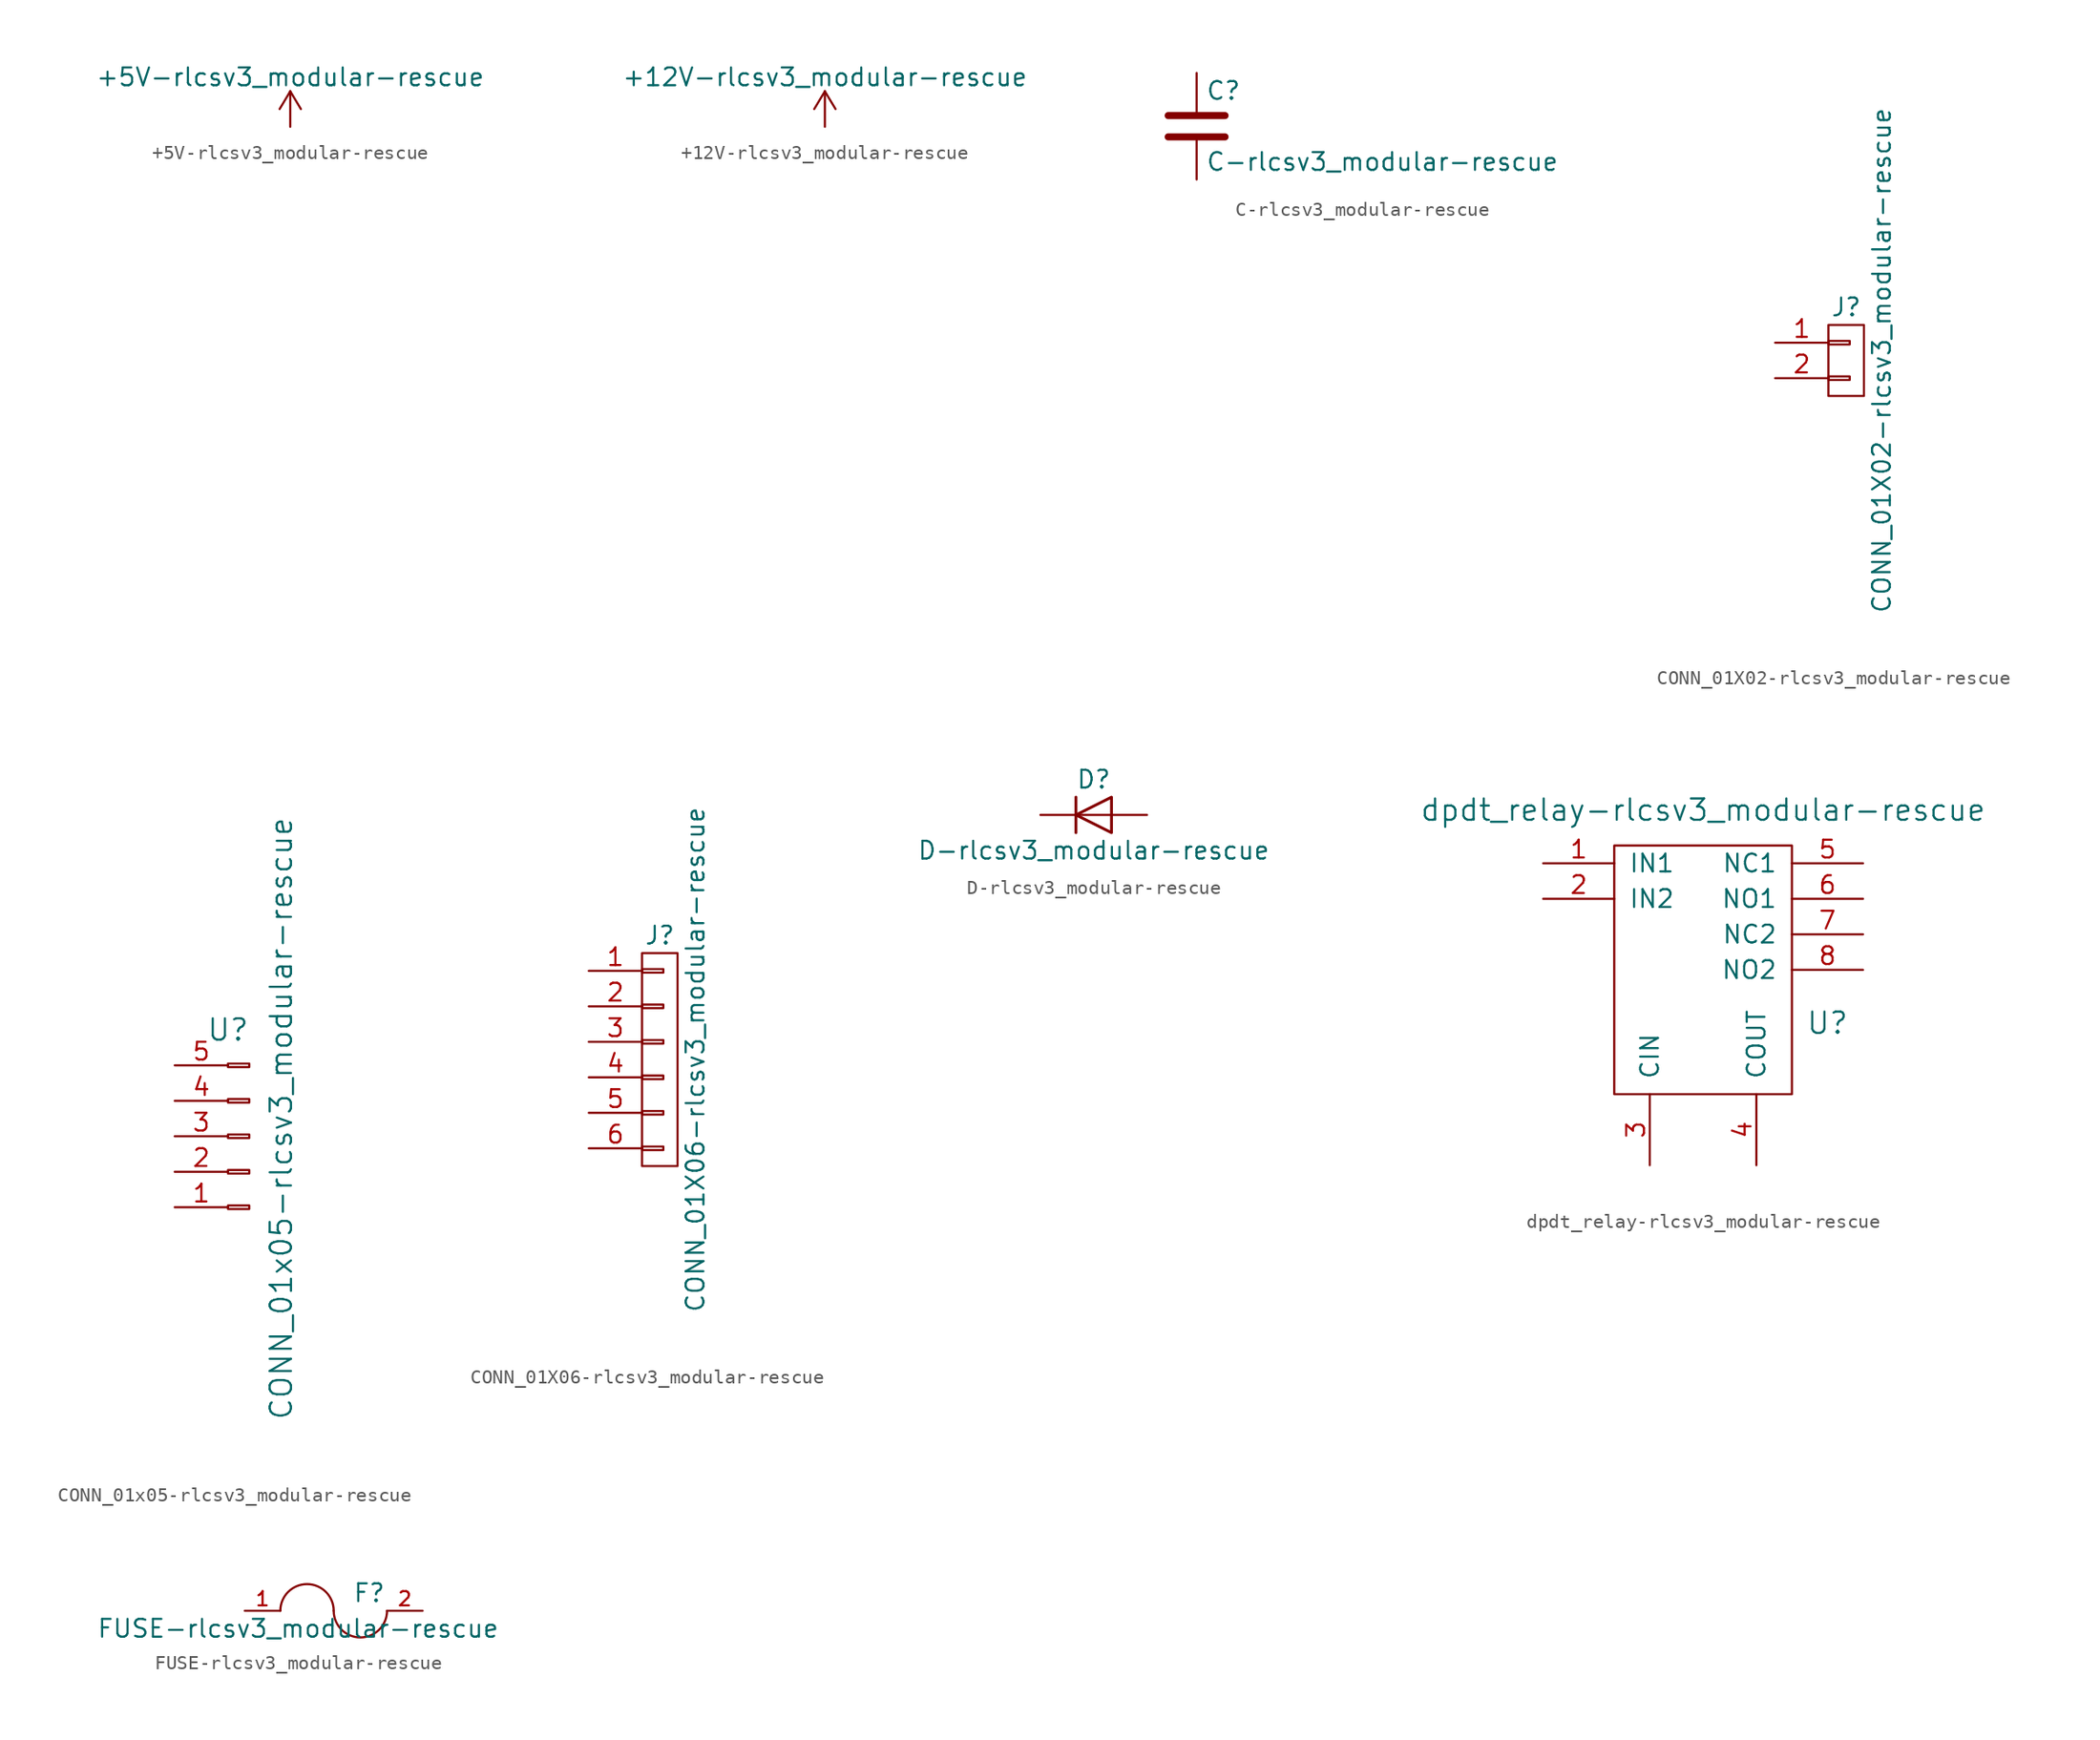
<source format=kicad_sym>
(kicad_symbol_lib
  (version 20211014)
  (generator kicad_symbol_editor)
  (symbol "+5V-rlcsv3_modular-rescue"
    (power)
    (pin_names
      (offset 0))
    (property "Reference" "#PWR"
      (at 0 -3.81 0)
      (effects (font (size 1.27 1.27)) hide))
    (property "Value" "+5V-rlcsv3_modular-rescue"
      (at 0 3.556 0)
      (effects (font (size 1.27 1.27))))
    (symbol "+5V-rlcsv3_modular-rescue_0_1"
      (polyline (pts (xy -0.762 1.27) (xy 0 2.54)) (stroke (width 0) (type default) (color 0 0 0 0)) (fill (type none)))
      (polyline (pts (xy 0 0) (xy 0 2.54)) (stroke (width 0) (type default) (color 0 0 0 0)) (fill (type none)))
      (polyline (pts (xy 0 2.54) (xy 0.762 1.27)) (stroke (width 0) (type default) (color 0 0 0 0)) (fill (type none))))
    (symbol "+5V-rlcsv3_modular-rescue_1_1"
      (pin power_in line (at 0 0 90) (length 0) hide (name "+5V" (effects (font (size 1.27 1.27)))) (number "1" (effects (font (size 1.27 1.27)))))))
  (symbol "+12V-rlcsv3_modular-rescue"
    (power)
    (pin_names
      (offset 0))
    (property "Reference" "#PWR"
      (at 0 -3.81 0)
      (effects (font (size 1.27 1.27)) hide))
    (property "Value" "+12V-rlcsv3_modular-rescue"
      (at 0 3.556 0)
      (effects (font (size 1.27 1.27))))
    (symbol "+12V-rlcsv3_modular-rescue_0_1"
      (polyline (pts (xy -0.762 1.27) (xy 0 2.54)) (stroke (width 0) (type default) (color 0 0 0 0)) (fill (type none)))
      (polyline (pts (xy 0 0) (xy 0 2.54)) (stroke (width 0) (type default) (color 0 0 0 0)) (fill (type none)))
      (polyline (pts (xy 0 2.54) (xy 0.762 1.27)) (stroke (width 0) (type default) (color 0 0 0 0)) (fill (type none))))
    (symbol "+12V-rlcsv3_modular-rescue_1_1"
      (pin power_in line (at 0 0 90) (length 0) hide (name "+12V" (effects (font (size 1.27 1.27)))) (number "1" (effects (font (size 1.27 1.27)))))))
  (symbol "C-rlcsv3_modular-rescue"
    (pin_numbers hide)
    (pin_names
      (offset 0.254))
    (property "Reference" "C"
      (at 0.635 2.54 0)
      (effects (font (size 1.27 1.27)) (justify left)))
    (property "Value" "C-rlcsv3_modular-rescue"
      (at 0.635 -2.54 0)
      (effects (font (size 1.27 1.27)) (justify left)))
    (symbol "C-rlcsv3_modular-rescue_0_1"
      (polyline (pts (xy -2.032 -0.762) (xy 2.032 -0.762)) (stroke (width 0.508) (type default) (color 0 0 0 0)) (fill (type none)))
      (polyline (pts (xy -2.032 0.762) (xy 2.032 0.762)) (stroke (width 0.508) (type default) (color 0 0 0 0)) (fill (type none))))
    (symbol "C-rlcsv3_modular-rescue_1_1"
      (pin passive line (at 0 3.81 270) (length 2.794) (name "~" (effects (font (size 1.27 1.27)))) (number "1" (effects (font (size 1.27 1.27)))))
      (pin passive line (at 0 -3.81 90) (length 2.794) (name "~" (effects (font (size 1.27 1.27)))) (number "2" (effects (font (size 1.27 1.27)))))))
  (symbol "CONN_01X02-rlcsv3_modular-rescue"
    (pin_names
      (offset 1.016) hide)
    (property "Reference" "J"
      (at 0 3.81 0)
      (effects (font (size 1.27 1.27))))
    (property "Value" "CONN_01X02-rlcsv3_modular-rescue"
      (at 2.54 0 90)
      (effects (font (size 1.27 1.27))))
    (symbol "CONN_01X02-rlcsv3_modular-rescue_0_1"
      (rectangle (start -1.27 -1.143) (end 0.254 -1.397) (stroke (width 0) (type default) (color 0 0 0 0)) (fill (type none)))
      (rectangle (start -1.27 1.397) (end 0.254 1.143) (stroke (width 0) (type default) (color 0 0 0 0)) (fill (type none)))
      (rectangle (start -1.27 2.54) (end 1.27 -2.54) (stroke (width 0) (type default) (color 0 0 0 0)) (fill (type none))))
    (symbol "CONN_01X02-rlcsv3_modular-rescue_1_1"
      (pin passive line (at -5.08 1.27 0) (length 3.81) (name "P1" (effects (font (size 1.27 1.27)))) (number "1" (effects (font (size 1.27 1.27)))))
      (pin passive line (at -5.08 -1.27 0) (length 3.81) (name "P2" (effects (font (size 1.27 1.27)))) (number "2" (effects (font (size 1.27 1.27)))))))
  (symbol "CONN_01x05-rlcsv3_modular-rescue"
    (pin_names
      (offset 1.016))
    (property "Reference" "U"
      (at 0 2.54 0)
      (effects (font (size 1.524 1.524))))
    (property "Value" "CONN_01x05-rlcsv3_modular-rescue"
      (at 3.81 -3.81 90)
      (effects (font (size 1.524 1.524))))
    (symbol "CONN_01x05-rlcsv3_modular-rescue_1_1"
      (rectangle (start 0 -10.033) (end 1.524 -10.287) (stroke (width 0) (type default) (color 0 0 0 0)) (fill (type none)))
      (rectangle (start 0 -7.493) (end 1.524 -7.747) (stroke (width 0) (type default) (color 0 0 0 0)) (fill (type none)))
      (rectangle (start 0 -4.953) (end 1.524 -5.207) (stroke (width 0) (type default) (color 0 0 0 0)) (fill (type none)))
      (rectangle (start 0 -2.413) (end 1.524 -2.667) (stroke (width 0) (type default) (color 0 0 0 0)) (fill (type none)))
      (rectangle (start 0 0.127) (end 1.524 -0.127) (stroke (width 0) (type default) (color 0 0 0 0)) (fill (type none)))
      (pin passive line (at -3.81 -10.16 0) (length 3.81) (name "~" (effects (font (size 1.27 1.27)))) (number "1" (effects (font (size 1.27 1.27)))))
      (pin passive line (at -3.81 -7.62 0) (length 3.81) (name "~" (effects (font (size 1.27 1.27)))) (number "2" (effects (font (size 1.27 1.27)))))
      (pin passive line (at -3.81 -5.08 0) (length 3.81) (name "~" (effects (font (size 1.27 1.27)))) (number "3" (effects (font (size 1.27 1.27)))))
      (pin passive line (at -3.81 -2.54 0) (length 3.81) (name "~" (effects (font (size 1.27 1.27)))) (number "4" (effects (font (size 1.27 1.27)))))
      (pin passive line (at -3.81 0 0) (length 3.81) (name "~" (effects (font (size 1.27 1.27)))) (number "5" (effects (font (size 1.27 1.27)))))))
  (symbol "CONN_01X06-rlcsv3_modular-rescue"
    (pin_names
      (offset 1.016) hide)
    (property "Reference" "J"
      (at 0 8.89 0)
      (effects (font (size 1.27 1.27))))
    (property "Value" "CONN_01X06-rlcsv3_modular-rescue"
      (at 2.54 0 90)
      (effects (font (size 1.27 1.27))))
    (symbol "CONN_01X06-rlcsv3_modular-rescue_0_1"
      (rectangle (start -1.27 -6.223) (end 0.254 -6.477) (stroke (width 0) (type default) (color 0 0 0 0)) (fill (type none)))
      (rectangle (start -1.27 -3.683) (end 0.254 -3.937) (stroke (width 0) (type default) (color 0 0 0 0)) (fill (type none)))
      (rectangle (start -1.27 -1.143) (end 0.254 -1.397) (stroke (width 0) (type default) (color 0 0 0 0)) (fill (type none)))
      (rectangle (start -1.27 1.397) (end 0.254 1.143) (stroke (width 0) (type default) (color 0 0 0 0)) (fill (type none)))
      (rectangle (start -1.27 3.937) (end 0.254 3.683) (stroke (width 0) (type default) (color 0 0 0 0)) (fill (type none)))
      (rectangle (start -1.27 6.477) (end 0.254 6.223) (stroke (width 0) (type default) (color 0 0 0 0)) (fill (type none)))
      (rectangle (start -1.27 7.62) (end 1.27 -7.62) (stroke (width 0) (type default) (color 0 0 0 0)) (fill (type none))))
    (symbol "CONN_01X06-rlcsv3_modular-rescue_1_1"
      (pin passive line (at -5.08 6.35 0) (length 3.81) (name "P1" (effects (font (size 1.27 1.27)))) (number "1" (effects (font (size 1.27 1.27)))))
      (pin passive line (at -5.08 3.81 0) (length 3.81) (name "P2" (effects (font (size 1.27 1.27)))) (number "2" (effects (font (size 1.27 1.27)))))
      (pin passive line (at -5.08 1.27 0) (length 3.81) (name "P3" (effects (font (size 1.27 1.27)))) (number "3" (effects (font (size 1.27 1.27)))))
      (pin passive line (at -5.08 -1.27 0) (length 3.81) (name "P4" (effects (font (size 1.27 1.27)))) (number "4" (effects (font (size 1.27 1.27)))))
      (pin passive line (at -5.08 -3.81 0) (length 3.81) (name "P5" (effects (font (size 1.27 1.27)))) (number "5" (effects (font (size 1.27 1.27)))))
      (pin passive line (at -5.08 -6.35 0) (length 3.81) (name "P6" (effects (font (size 1.27 1.27)))) (number "6" (effects (font (size 1.27 1.27)))))))
  (symbol "D-rlcsv3_modular-rescue"
    (pin_numbers hide)
    (pin_names
      (offset 1.016) hide)
    (property "Reference" "D"
      (at 0 2.54 0)
      (effects (font (size 1.27 1.27))))
    (property "Value" "D-rlcsv3_modular-rescue"
      (at 0 -2.54 0)
      (effects (font (size 1.27 1.27))))
    (symbol "D-rlcsv3_modular-rescue_0_1"
      (polyline (pts (xy -1.27 1.27) (xy -1.27 -1.27)) (stroke (width 0.203) (type default) (color 0 0 0 0)) (fill (type none)))
      (polyline (pts (xy 1.27 0) (xy -1.27 0)) (stroke (width 0) (type default) (color 0 0 0 0)) (fill (type none)))
      (polyline (pts (xy 1.27 1.27) (xy 1.27 -1.27) (xy -1.27 0) (xy 1.27 1.27)) (stroke (width 0.203) (type default) (color 0 0 0 0)) (fill (type none))))
    (symbol "D-rlcsv3_modular-rescue_1_1"
      (pin passive line (at -3.81 0 0) (length 2.54) (name "K" (effects (font (size 1.27 1.27)))) (number "1" (effects (font (size 1.27 1.27)))))
      (pin passive line (at 3.81 0 180) (length 2.54) (name "A" (effects (font (size 1.27 1.27)))) (number "2" (effects (font (size 1.27 1.27)))))))
  (symbol "dpdt_relay-rlcsv3_modular-rescue"
    (pin_names
      (offset 1.016))
    (property "Reference" "U"
      (at 8.89 -15.24 0)
      (effects (font (size 1.524 1.524))))
    (property "Value" "dpdt_relay-rlcsv3_modular-rescue"
      (at 0 0 0)
      (effects (font (size 1.524 1.524))))
    (symbol "dpdt_relay-rlcsv3_modular-rescue_0_1"
      (rectangle (start -6.35 -2.54) (end 6.35 -20.32) (stroke (width 0) (type default) (color 0 0 0 0)) (fill (type none))))
    (symbol "dpdt_relay-rlcsv3_modular-rescue_1_1"
      (pin input line (at -11.43 -3.81 0) (length 5.08) (name "IN1" (effects (font (size 1.27 1.27)))) (number "1" (effects (font (size 1.27 1.27)))))
      (pin input line (at -11.43 -6.35 0) (length 5.08) (name "IN2" (effects (font (size 1.27 1.27)))) (number "2" (effects (font (size 1.27 1.27)))))
      (pin input line (at -3.81 -25.4 90) (length 5.08) (name "CIN" (effects (font (size 1.27 1.27)))) (number "3" (effects (font (size 1.27 1.27)))))
      (pin input line (at 3.81 -25.4 90) (length 5.08) (name "COUT" (effects (font (size 1.27 1.27)))) (number "4" (effects (font (size 1.27 1.27)))))
      (pin input line (at 11.43 -3.81 180) (length 5.08) (name "NC1" (effects (font (size 1.27 1.27)))) (number "5" (effects (font (size 1.27 1.27)))))
      (pin input line (at 11.43 -6.35 180) (length 5.08) (name "NO1" (effects (font (size 1.27 1.27)))) (number "6" (effects (font (size 1.27 1.27)))))
      (pin input line (at 11.43 -8.89 180) (length 5.08) (name "NC2" (effects (font (size 1.27 1.27)))) (number "7" (effects (font (size 1.27 1.27)))))
      (pin input line (at 11.43 -11.43 180) (length 5.08) (name "NO2" (effects (font (size 1.27 1.27)))) (number "8" (effects (font (size 1.27 1.27)))))))
  (symbol "FUSE-rlcsv3_modular-rescue"
    (pin_names
      (offset 0.254))
    (property "Reference" "F"
      (at 2.54 1.27 0)
      (effects (font (size 1.27 1.27))))
    (property "Value" "FUSE-rlcsv3_modular-rescue"
      (at -2.54 -1.27 0)
      (effects (font (size 1.27 1.27))))
    (property "Footprint" ""
      (at 0 0 0)
      (effects (font (size 1.27 1.27))))
    (property "Datasheet" ""
      (at 0 0 0)
      (effects (font (size 1.27 1.27))))
    (symbol "FUSE-rlcsv3_modular-rescue_0_1"
      (arc (start 0 0) (mid -1.905 1.905) (end -3.81 0) (stroke (width 0) (type default) (color 0 0 0 0)) (fill (type none)))
      (arc (start 0 0) (mid 1.905 -1.905) (end 3.81 0) (stroke (width 0) (type default) (color 0 0 0 0)) (fill (type none))))
    (symbol "FUSE-rlcsv3_modular-rescue_1_1"
      (pin input line (at -6.35 0 0) (length 2.54) (name "~" (effects (font (size 1.016 1.016)))) (number "1" (effects (font (size 1.016 1.016)))))
      (pin input line (at 6.35 0 180) (length 2.54) (name "~" (effects (font (size 1.016 1.016)))) (number "2" (effects (font (size 1.016 1.016))))))))
</source>
